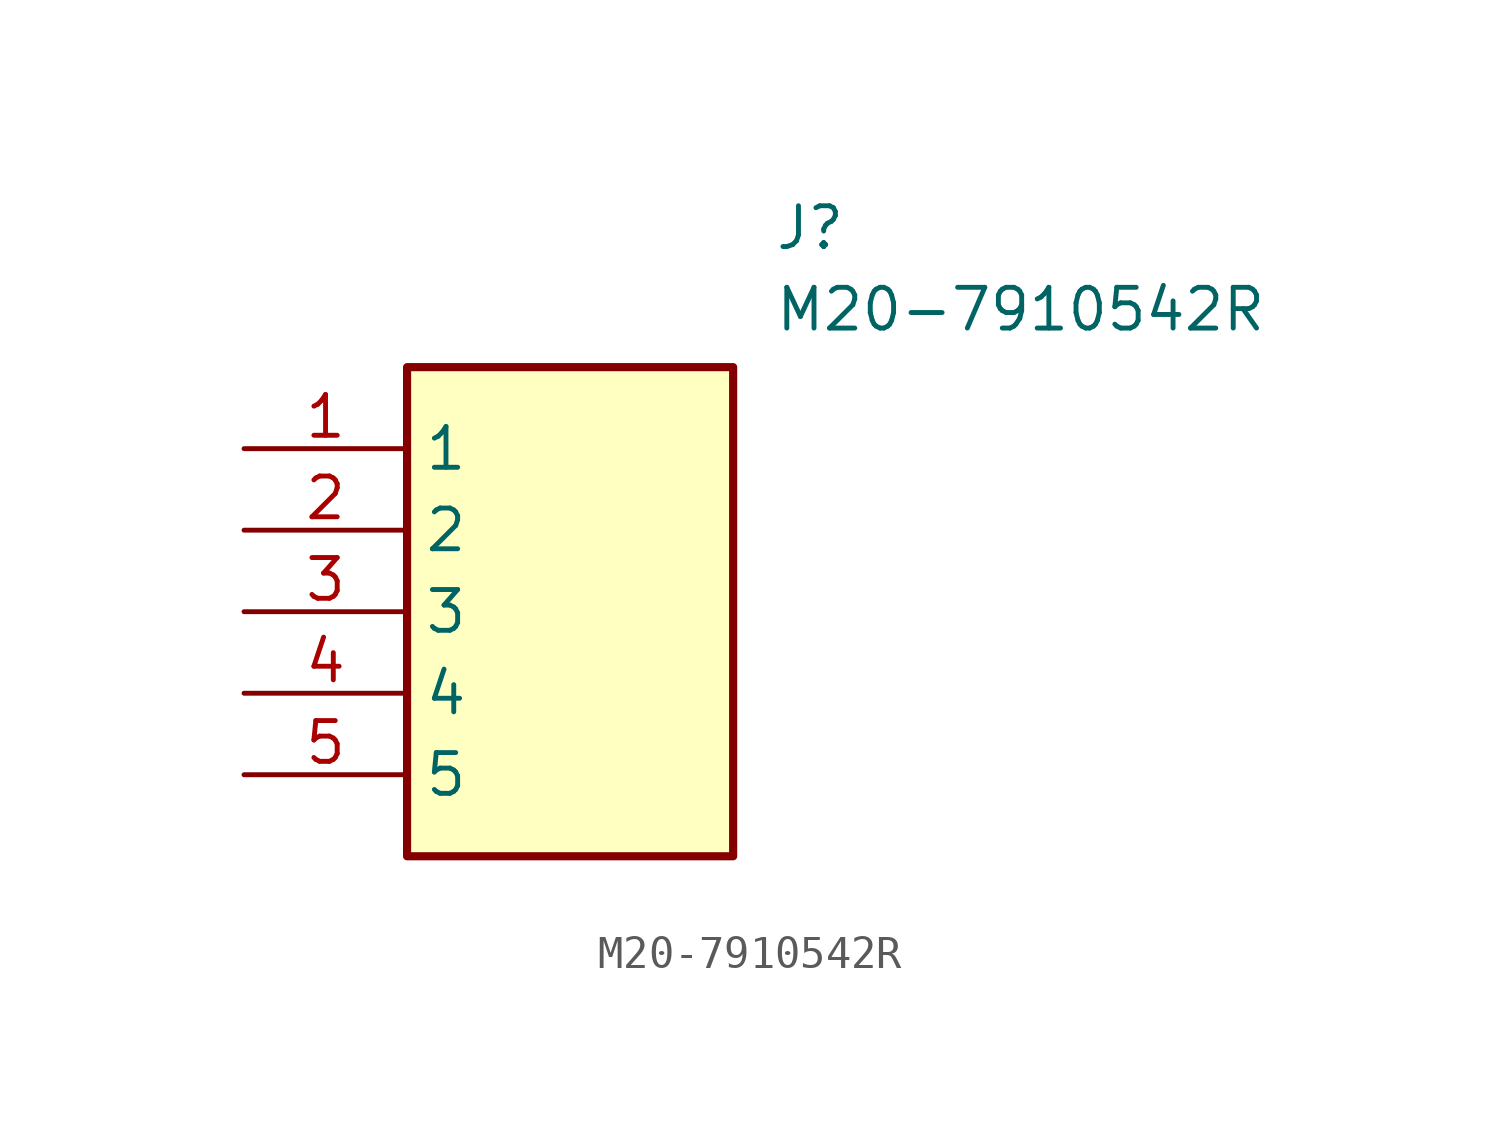
<source format=kicad_sym>
(kicad_symbol_lib
  (version 20211014)
  (generator SamacSys_ECAD_Model)
  (symbol "M20-7910542R"
    (property "Reference" "J"
      (at 16.51 7.62 0)
      (effects (font (size 1.27 1.27)) (justify left top)))
    (property "Value" "M20-7910542R"
      (at 16.51 5.08 0)
      (effects (font (size 1.27 1.27)) (justify left top)))
    (rectangle
      (start 5.08 2.54)
      (end 15.24 -12.7)
      (stroke (width 0.254) (type default))
      (fill (type background)))
    (pin passive line
      (at 0 0 0)
      (length 5.08)
      (name "1" (effects (font (size 1.27 1.27))))
      (number "1" (effects (font (size 1.27 1.27)))))
    (pin passive line
      (at 0 -2.54 0)
      (length 5.08)
      (name "2" (effects (font (size 1.27 1.27))))
      (number "2" (effects (font (size 1.27 1.27)))))
    (pin passive line
      (at 0 -5.08 0)
      (length 5.08)
      (name "3" (effects (font (size 1.27 1.27))))
      (number "3" (effects (font (size 1.27 1.27)))))
    (pin passive line
      (at 0 -7.62 0)
      (length 5.08)
      (name "4" (effects (font (size 1.27 1.27))))
      (number "4" (effects (font (size 1.27 1.27)))))
    (pin passive line
      (at 0 -10.16 0)
      (length 5.08)
      (name "5" (effects (font (size 1.27 1.27))))
      (number "5" (effects (font (size 1.27 1.27)))))))
</source>
